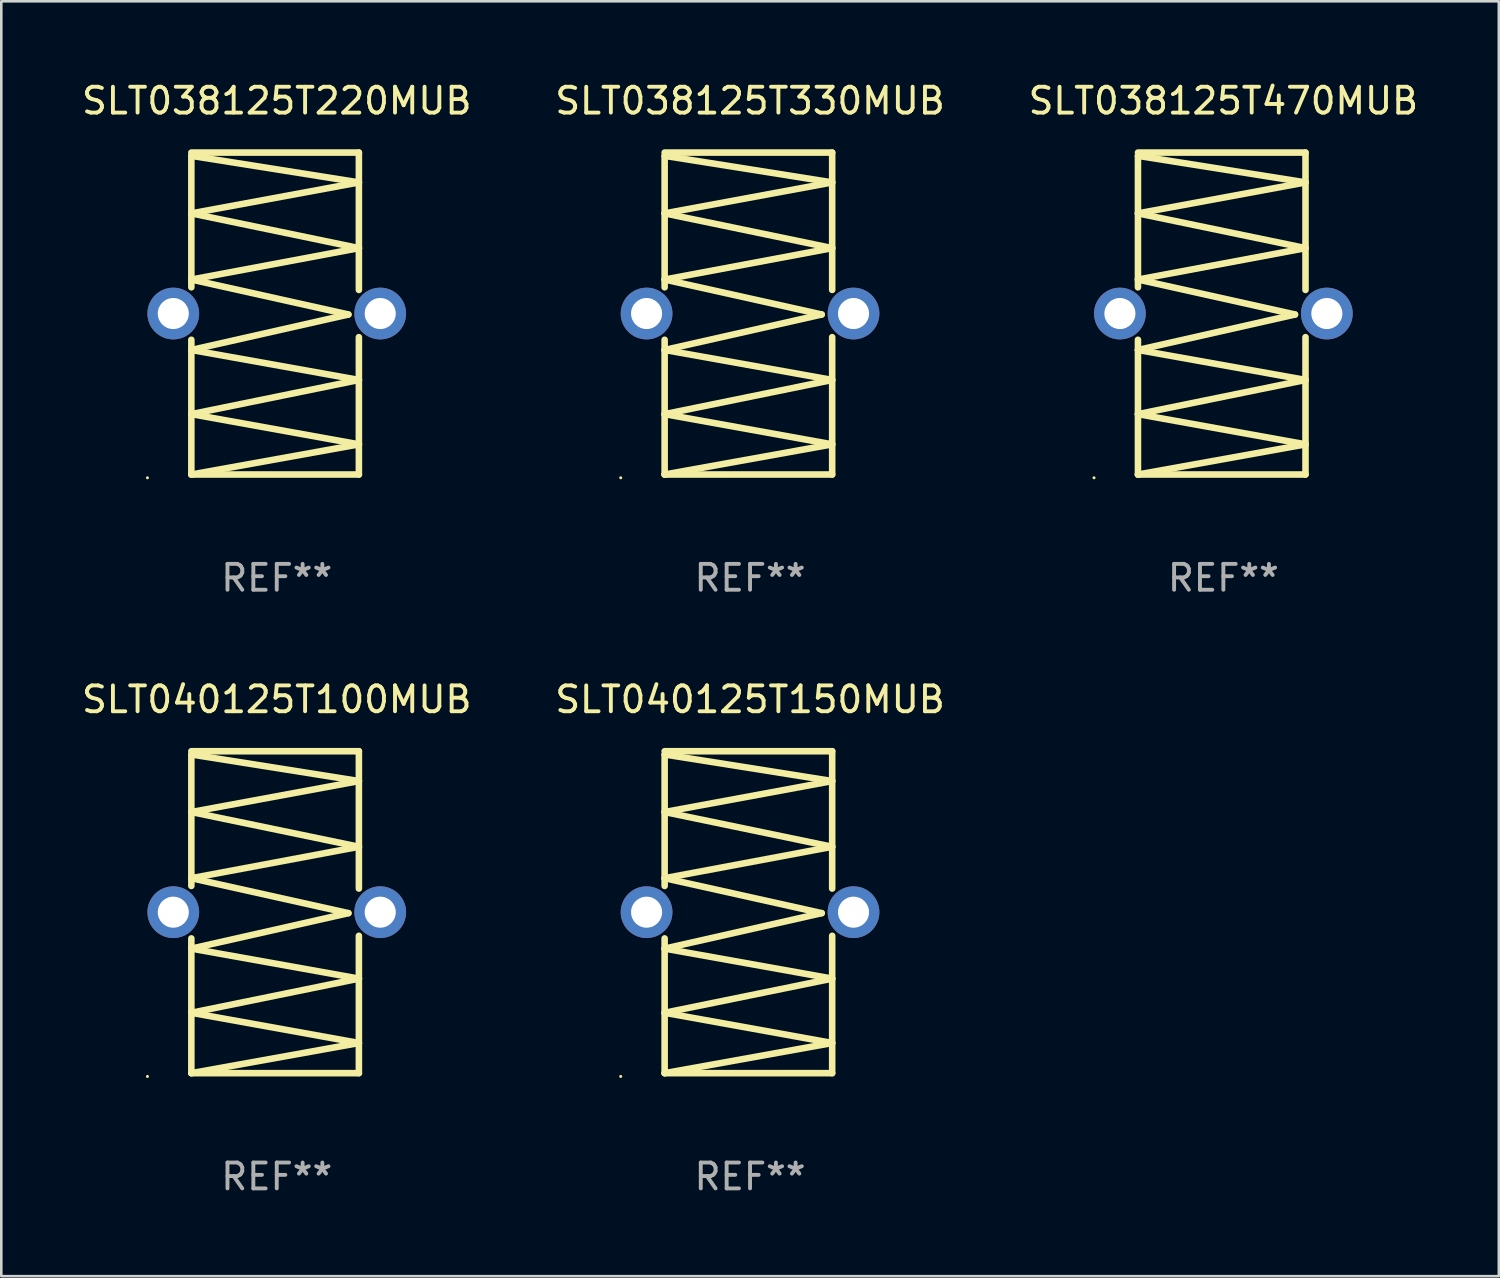
<source format=kicad_pcb>
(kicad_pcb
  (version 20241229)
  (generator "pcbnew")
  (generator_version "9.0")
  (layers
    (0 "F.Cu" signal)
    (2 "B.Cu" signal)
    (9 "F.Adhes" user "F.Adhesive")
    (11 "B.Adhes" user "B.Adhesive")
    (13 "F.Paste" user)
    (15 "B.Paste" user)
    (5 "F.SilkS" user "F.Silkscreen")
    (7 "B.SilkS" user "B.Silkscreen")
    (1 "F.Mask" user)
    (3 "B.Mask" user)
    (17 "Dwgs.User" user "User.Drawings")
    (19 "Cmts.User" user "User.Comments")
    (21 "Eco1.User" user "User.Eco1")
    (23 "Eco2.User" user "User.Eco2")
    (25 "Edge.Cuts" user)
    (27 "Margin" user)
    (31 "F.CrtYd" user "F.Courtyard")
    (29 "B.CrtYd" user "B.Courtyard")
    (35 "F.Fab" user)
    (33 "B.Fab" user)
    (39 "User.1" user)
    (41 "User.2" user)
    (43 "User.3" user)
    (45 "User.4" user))
  (footprint "SLT040125T150MUB"
    (layer "F.Cu")
    (at 25.946 32.214)
    (property "Reference" "SLT040125T150MUB" (at 0 -8.223 0) (layer "F.SilkS") (effects (font (size 1 1) (thickness 0.15))))
    (attr through_hole)
    (fp_line (start -3.302 -6.096) (end -3.302 -1.014) (stroke (width 0.254) (type solid)) (layer "F.SilkS"))
    (fp_line (start -3.302 -6.096) (end 3.175 -5.069) (stroke (width 0.254) (type solid)) (layer "F.SilkS"))
    (fp_line (start -3.302 -3.872) (end 3.175 -2.529) (stroke (width 0.254) (type solid)) (layer "F.SilkS"))
    (fp_line (start -3.302 -1.314) (end 2.769 0.037) (stroke (width 0.254) (type solid)) (layer "F.SilkS"))
    (fp_line (start -3.302 1.014) (end -3.302 6.223) (stroke (width 0.254) (type solid)) (layer "F.SilkS"))
    (fp_line (start -3.302 1.408) (end 3.175 2.568) (stroke (width 0.254) (type solid)) (layer "F.SilkS"))
    (fp_line (start -3.302 3.889) (end 3.175 5.057) (stroke (width 0.254) (type solid)) (layer "F.SilkS"))
    (fp_line (start -3.302 6.223) (end 3.175 6.223) (stroke (width 0.254) (type solid)) (layer "F.SilkS"))
    (fp_line (start 2.769 0.037) (end -3.302 1.408) (stroke (width 0.254) (type solid)) (layer "F.SilkS"))
    (fp_line (start 3.175 -6.223) (end -3.302 -6.223) (stroke (width 0.254) (type solid)) (layer "F.SilkS"))
    (fp_line (start 3.175 -5.069) (end -3.302 -3.872) (stroke (width 0.254) (type solid)) (layer "F.SilkS"))
    (fp_line (start 3.175 -2.529) (end -3.302 -1.314) (stroke (width 0.254) (type solid)) (layer "F.SilkS"))
    (fp_line (start 3.175 -0.913) (end 3.175 -6.223) (stroke (width 0.254) (type solid)) (layer "F.SilkS"))
    (fp_line (start 3.175 2.568) (end -3.302 3.889) (stroke (width 0.254) (type solid)) (layer "F.SilkS"))
    (fp_line (start 3.175 5.057) (end -3.302 6.223) (stroke (width 0.254) (type solid)) (layer "F.SilkS"))
    (fp_line (start 3.175 6.223) (end 3.175 0.913) (stroke (width 0.254) (type solid)) (layer "F.SilkS"))
    (fp_circle (center -5 6.35) (end -4.97 6.35) (stroke (width 0.06) (type solid)) (fill no) (layer "F.SilkS"))
    (fp_text user "REF**" (at 0 10.223 0) (layer "F.Fab") (effects (font (size 1 1) (thickness 0.15))))
    (pad "1" thru_hole circle (at -4 0) (size 2 2) (drill 1.2) (layers "*.Cu" "*.Mask"))
    (pad "2" thru_hole circle (at 4 0) (size 2 2) (drill 1.2) (layers "*.Cu" "*.Mask")))
  (footprint "SLT040125T100MUB"
    (layer "F.Cu")
    (at 7.649 32.214)
    (property "Reference" "SLT040125T100MUB" (at 0 -8.223 0) (layer "F.SilkS") (effects (font (size 1 1) (thickness 0.15))))
    (attr through_hole)
    (fp_line (start -3.302 -6.096) (end -3.302 -1.014) (stroke (width 0.254) (type solid)) (layer "F.SilkS"))
    (fp_line (start -3.302 -6.096) (end 3.175 -5.069) (stroke (width 0.254) (type solid)) (layer "F.SilkS"))
    (fp_line (start -3.302 -3.872) (end 3.175 -2.529) (stroke (width 0.254) (type solid)) (layer "F.SilkS"))
    (fp_line (start -3.302 -1.314) (end 2.769 0.037) (stroke (width 0.254) (type solid)) (layer "F.SilkS"))
    (fp_line (start -3.302 1.014) (end -3.302 6.223) (stroke (width 0.254) (type solid)) (layer "F.SilkS"))
    (fp_line (start -3.302 1.408) (end 3.175 2.568) (stroke (width 0.254) (type solid)) (layer "F.SilkS"))
    (fp_line (start -3.302 3.889) (end 3.175 5.057) (stroke (width 0.254) (type solid)) (layer "F.SilkS"))
    (fp_line (start -3.302 6.223) (end 3.175 6.223) (stroke (width 0.254) (type solid)) (layer "F.SilkS"))
    (fp_line (start 2.769 0.037) (end -3.302 1.408) (stroke (width 0.254) (type solid)) (layer "F.SilkS"))
    (fp_line (start 3.175 -6.223) (end -3.302 -6.223) (stroke (width 0.254) (type solid)) (layer "F.SilkS"))
    (fp_line (start 3.175 -5.069) (end -3.302 -3.872) (stroke (width 0.254) (type solid)) (layer "F.SilkS"))
    (fp_line (start 3.175 -2.529) (end -3.302 -1.314) (stroke (width 0.254) (type solid)) (layer "F.SilkS"))
    (fp_line (start 3.175 -0.913) (end 3.175 -6.223) (stroke (width 0.254) (type solid)) (layer "F.SilkS"))
    (fp_line (start 3.175 2.568) (end -3.302 3.889) (stroke (width 0.254) (type solid)) (layer "F.SilkS"))
    (fp_line (start 3.175 5.057) (end -3.302 6.223) (stroke (width 0.254) (type solid)) (layer "F.SilkS"))
    (fp_line (start 3.175 6.223) (end 3.175 0.913) (stroke (width 0.254) (type solid)) (layer "F.SilkS"))
    (fp_circle (center -5 6.35) (end -4.97 6.35) (stroke (width 0.06) (type solid)) (fill no) (layer "F.SilkS"))
    (fp_text user "REF**" (at 0 10.223 0) (layer "F.Fab") (effects (font (size 1 1) (thickness 0.15))))
    (pad "1" thru_hole circle (at -4 0) (size 2 2) (drill 1.2) (layers "*.Cu" "*.Mask"))
    (pad "2" thru_hole circle (at 4 0) (size 2 2) (drill 1.2) (layers "*.Cu" "*.Mask")))
  (footprint "SLT038125T470MUB"
    (layer "F.Cu")
    (at 44.244 9.071)
    (property "Reference" "SLT038125T470MUB" (at 0 -8.223 0) (layer "F.SilkS") (effects (font (size 1 1) (thickness 0.15))))
    (attr through_hole)
    (fp_line (start -3.302 -6.096) (end -3.302 -1.014) (stroke (width 0.254) (type solid)) (layer "F.SilkS"))
    (fp_line (start -3.302 -6.096) (end 3.175 -5.069) (stroke (width 0.254) (type solid)) (layer "F.SilkS"))
    (fp_line (start -3.302 -3.872) (end 3.175 -2.529) (stroke (width 0.254) (type solid)) (layer "F.SilkS"))
    (fp_line (start -3.302 -1.314) (end 2.769 0.037) (stroke (width 0.254) (type solid)) (layer "F.SilkS"))
    (fp_line (start -3.302 1.014) (end -3.302 6.223) (stroke (width 0.254) (type solid)) (layer "F.SilkS"))
    (fp_line (start -3.302 1.408) (end 3.175 2.568) (stroke (width 0.254) (type solid)) (layer "F.SilkS"))
    (fp_line (start -3.302 3.889) (end 3.175 5.057) (stroke (width 0.254) (type solid)) (layer "F.SilkS"))
    (fp_line (start -3.302 6.223) (end 3.175 6.223) (stroke (width 0.254) (type solid)) (layer "F.SilkS"))
    (fp_line (start 2.769 0.037) (end -3.302 1.408) (stroke (width 0.254) (type solid)) (layer "F.SilkS"))
    (fp_line (start 3.175 -6.223) (end -3.302 -6.223) (stroke (width 0.254) (type solid)) (layer "F.SilkS"))
    (fp_line (start 3.175 -5.069) (end -3.302 -3.872) (stroke (width 0.254) (type solid)) (layer "F.SilkS"))
    (fp_line (start 3.175 -2.529) (end -3.302 -1.314) (stroke (width 0.254) (type solid)) (layer "F.SilkS"))
    (fp_line (start 3.175 -0.913) (end 3.175 -6.223) (stroke (width 0.254) (type solid)) (layer "F.SilkS"))
    (fp_line (start 3.175 2.568) (end -3.302 3.889) (stroke (width 0.254) (type solid)) (layer "F.SilkS"))
    (fp_line (start 3.175 5.057) (end -3.302 6.223) (stroke (width 0.254) (type solid)) (layer "F.SilkS"))
    (fp_line (start 3.175 6.223) (end 3.175 0.913) (stroke (width 0.254) (type solid)) (layer "F.SilkS"))
    (fp_circle (center -5 6.35) (end -4.97 6.35) (stroke (width 0.06) (type solid)) (fill no) (layer "F.SilkS"))
    (fp_text user "REF**" (at 0 10.223 0) (layer "F.Fab") (effects (font (size 1 1) (thickness 0.15))))
    (pad "1" thru_hole circle (at -4 0) (size 2 2) (drill 1.2) (layers "*.Cu" "*.Mask"))
    (pad "2" thru_hole circle (at 4 0) (size 2 2) (drill 1.2) (layers "*.Cu" "*.Mask")))
  (footprint "SLT038125T220MUB"
    (layer "F.Cu")
    (at 7.649 9.071)
    (property "Reference" "SLT038125T220MUB" (at 0 -8.223 0) (layer "F.SilkS") (effects (font (size 1 1) (thickness 0.15))))
    (attr through_hole)
    (fp_line (start -3.302 -6.096) (end -3.302 -1.014) (stroke (width 0.254) (type solid)) (layer "F.SilkS"))
    (fp_line (start -3.302 -6.096) (end 3.175 -5.069) (stroke (width 0.254) (type solid)) (layer "F.SilkS"))
    (fp_line (start -3.302 -3.872) (end 3.175 -2.529) (stroke (width 0.254) (type solid)) (layer "F.SilkS"))
    (fp_line (start -3.302 -1.314) (end 2.769 0.037) (stroke (width 0.254) (type solid)) (layer "F.SilkS"))
    (fp_line (start -3.302 1.014) (end -3.302 6.223) (stroke (width 0.254) (type solid)) (layer "F.SilkS"))
    (fp_line (start -3.302 1.408) (end 3.175 2.568) (stroke (width 0.254) (type solid)) (layer "F.SilkS"))
    (fp_line (start -3.302 3.889) (end 3.175 5.057) (stroke (width 0.254) (type solid)) (layer "F.SilkS"))
    (fp_line (start -3.302 6.223) (end 3.175 6.223) (stroke (width 0.254) (type solid)) (layer "F.SilkS"))
    (fp_line (start 2.769 0.037) (end -3.302 1.408) (stroke (width 0.254) (type solid)) (layer "F.SilkS"))
    (fp_line (start 3.175 -6.223) (end -3.302 -6.223) (stroke (width 0.254) (type solid)) (layer "F.SilkS"))
    (fp_line (start 3.175 -5.069) (end -3.302 -3.872) (stroke (width 0.254) (type solid)) (layer "F.SilkS"))
    (fp_line (start 3.175 -2.529) (end -3.302 -1.314) (stroke (width 0.254) (type solid)) (layer "F.SilkS"))
    (fp_line (start 3.175 -0.913) (end 3.175 -6.223) (stroke (width 0.254) (type solid)) (layer "F.SilkS"))
    (fp_line (start 3.175 2.568) (end -3.302 3.889) (stroke (width 0.254) (type solid)) (layer "F.SilkS"))
    (fp_line (start 3.175 5.057) (end -3.302 6.223) (stroke (width 0.254) (type solid)) (layer "F.SilkS"))
    (fp_line (start 3.175 6.223) (end 3.175 0.913) (stroke (width 0.254) (type solid)) (layer "F.SilkS"))
    (fp_circle (center -5 6.35) (end -4.97 6.35) (stroke (width 0.06) (type solid)) (fill no) (layer "F.SilkS"))
    (fp_text user "REF**" (at 0 10.223 0) (layer "F.Fab") (effects (font (size 1 1) (thickness 0.15))))
    (pad "1" thru_hole circle (at -4 0) (size 2 2) (drill 1.2) (layers "*.Cu" "*.Mask"))
    (pad "2" thru_hole circle (at 4 0) (size 2 2) (drill 1.2) (layers "*.Cu" "*.Mask")))
  (footprint "SLT038125T330MUB"
    (layer "F.Cu")
    (at 25.946 9.071)
    (property "Reference" "SLT038125T330MUB" (at 0 -8.223 0) (layer "F.SilkS") (effects (font (size 1 1) (thickness 0.15))))
    (attr through_hole)
    (fp_line (start -3.302 -6.096) (end -3.302 -1.014) (stroke (width 0.254) (type solid)) (layer "F.SilkS"))
    (fp_line (start -3.302 -6.096) (end 3.175 -5.069) (stroke (width 0.254) (type solid)) (layer "F.SilkS"))
    (fp_line (start -3.302 -3.872) (end 3.175 -2.529) (stroke (width 0.254) (type solid)) (layer "F.SilkS"))
    (fp_line (start -3.302 -1.314) (end 2.769 0.037) (stroke (width 0.254) (type solid)) (layer "F.SilkS"))
    (fp_line (start -3.302 1.014) (end -3.302 6.223) (stroke (width 0.254) (type solid)) (layer "F.SilkS"))
    (fp_line (start -3.302 1.408) (end 3.175 2.568) (stroke (width 0.254) (type solid)) (layer "F.SilkS"))
    (fp_line (start -3.302 3.889) (end 3.175 5.057) (stroke (width 0.254) (type solid)) (layer "F.SilkS"))
    (fp_line (start -3.302 6.223) (end 3.175 6.223) (stroke (width 0.254) (type solid)) (layer "F.SilkS"))
    (fp_line (start 2.769 0.037) (end -3.302 1.408) (stroke (width 0.254) (type solid)) (layer "F.SilkS"))
    (fp_line (start 3.175 -6.223) (end -3.302 -6.223) (stroke (width 0.254) (type solid)) (layer "F.SilkS"))
    (fp_line (start 3.175 -5.069) (end -3.302 -3.872) (stroke (width 0.254) (type solid)) (layer "F.SilkS"))
    (fp_line (start 3.175 -2.529) (end -3.302 -1.314) (stroke (width 0.254) (type solid)) (layer "F.SilkS"))
    (fp_line (start 3.175 -0.913) (end 3.175 -6.223) (stroke (width 0.254) (type solid)) (layer "F.SilkS"))
    (fp_line (start 3.175 2.568) (end -3.302 3.889) (stroke (width 0.254) (type solid)) (layer "F.SilkS"))
    (fp_line (start 3.175 5.057) (end -3.302 6.223) (stroke (width 0.254) (type solid)) (layer "F.SilkS"))
    (fp_line (start 3.175 6.223) (end 3.175 0.913) (stroke (width 0.254) (type solid)) (layer "F.SilkS"))
    (fp_circle (center -5 6.35) (end -4.97 6.35) (stroke (width 0.06) (type solid)) (fill no) (layer "F.SilkS"))
    (fp_text user "REF**" (at 0 10.223 0) (layer "F.Fab") (effects (font (size 1 1) (thickness 0.15))))
    (pad "1" thru_hole circle (at -4 0) (size 2 2) (drill 1.2) (layers "*.Cu" "*.Mask"))
    (pad "2" thru_hole circle (at 4 0) (size 2 2) (drill 1.2) (layers "*.Cu" "*.Mask")))
  (gr_rect
    (start -3 -3)
    (end 54.893 46.285)
    (stroke (width 0.1) (type default))
    (fill no)
    (layer "Edge.Cuts")))
</source>
